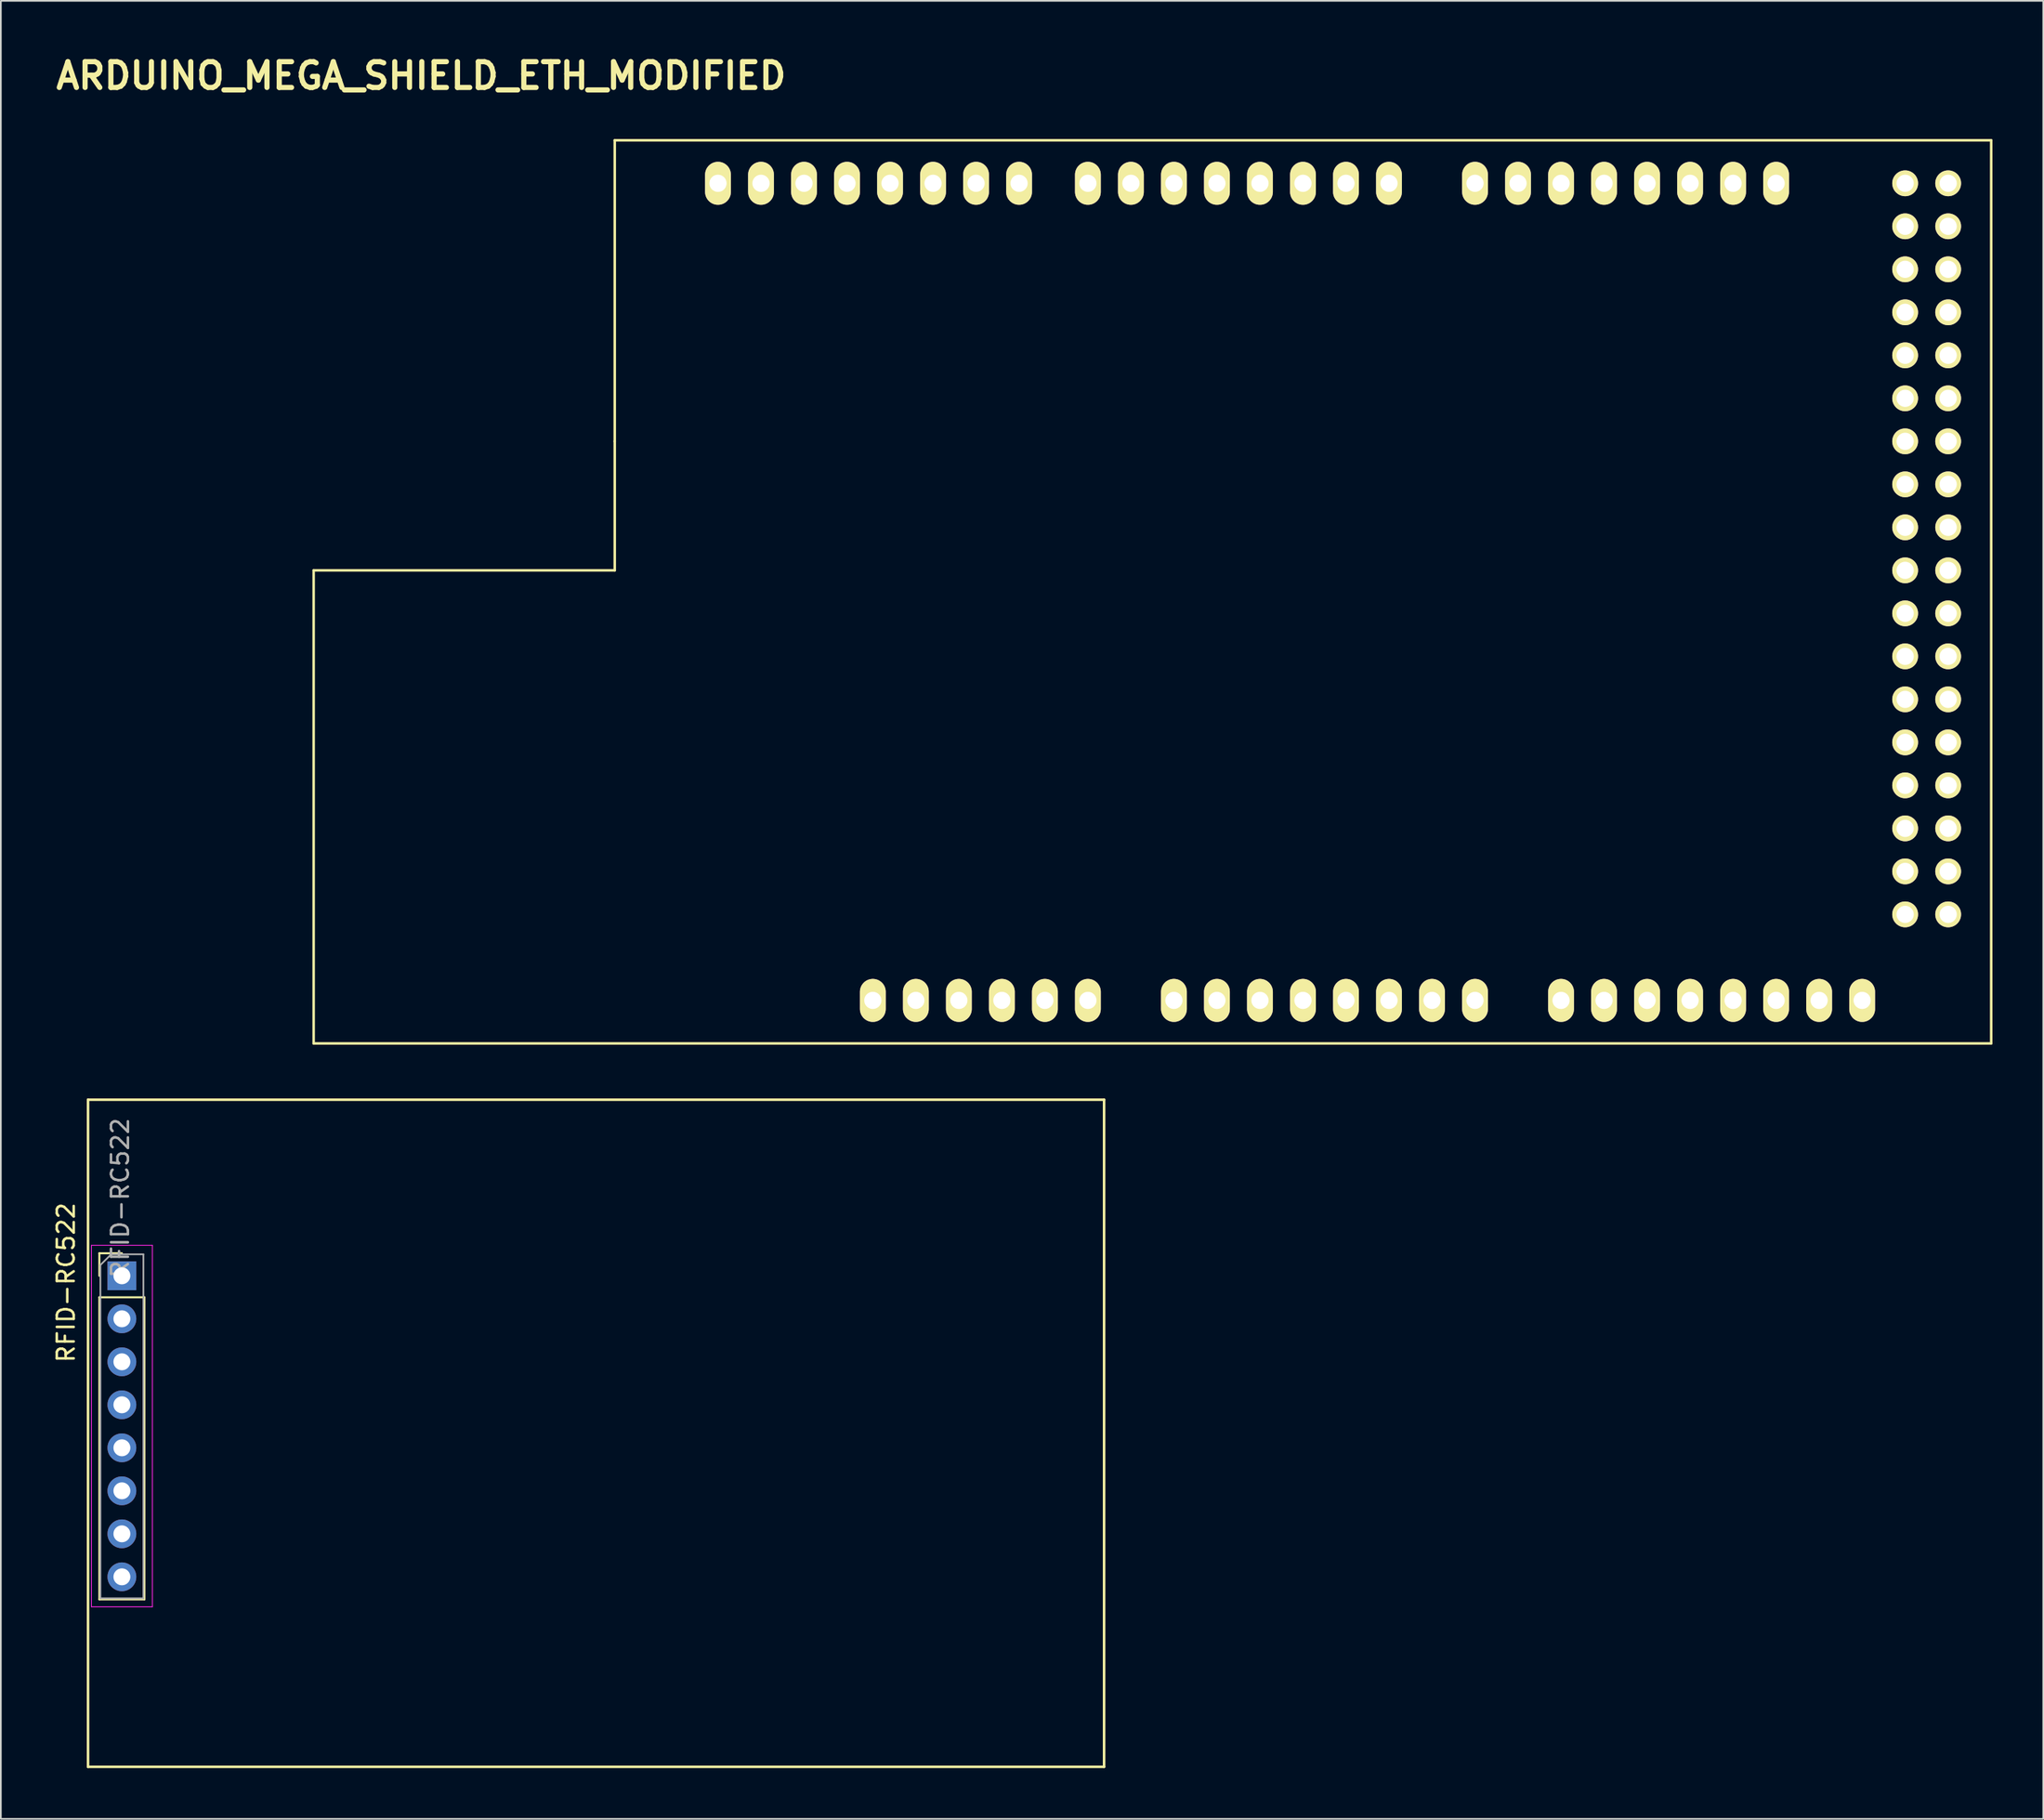
<source format=kicad_pcb>
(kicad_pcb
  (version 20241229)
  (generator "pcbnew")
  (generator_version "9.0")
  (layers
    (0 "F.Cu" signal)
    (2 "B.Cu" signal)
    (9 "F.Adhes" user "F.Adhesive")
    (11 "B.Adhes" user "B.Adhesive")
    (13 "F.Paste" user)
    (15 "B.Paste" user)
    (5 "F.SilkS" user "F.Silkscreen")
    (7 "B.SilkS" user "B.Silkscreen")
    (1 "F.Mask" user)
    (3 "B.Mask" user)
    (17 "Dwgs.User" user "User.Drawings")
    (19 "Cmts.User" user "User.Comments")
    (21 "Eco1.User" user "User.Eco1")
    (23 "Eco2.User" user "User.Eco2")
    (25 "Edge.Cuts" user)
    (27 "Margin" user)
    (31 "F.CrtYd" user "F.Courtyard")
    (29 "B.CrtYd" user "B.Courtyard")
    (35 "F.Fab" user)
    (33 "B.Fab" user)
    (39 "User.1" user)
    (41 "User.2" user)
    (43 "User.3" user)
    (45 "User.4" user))
  (footprint "RFID-RC522"
    (layer "F.Cu")
    (at 4.148 72.301)
    (property "Reference" "RFID-RC522" (at -3.3 0.4 90) (layer "F.SilkS") (effects (font (size 1 1) (thickness 0.15))))
    (attr through_hole)
    (fp_line (start -2 -10.4) (end 58 -10.4) (stroke (width 0.15) (type solid)) (layer "F.SilkS"))
    (fp_line (start -2 29) (end -2 -10.4) (stroke (width 0.15) (type solid)) (layer "F.SilkS"))
    (fp_line (start -1.33 -1.33) (end 0 -1.33) (stroke (width 0.12) (type solid)) (layer "F.SilkS"))
    (fp_line (start -1.33 0) (end -1.33 -1.33) (stroke (width 0.12) (type solid)) (layer "F.SilkS"))
    (fp_line (start -1.33 1.27) (end -1.33 19.11) (stroke (width 0.12) (type solid)) (layer "F.SilkS"))
    (fp_line (start -1.33 1.27) (end 1.33 1.27) (stroke (width 0.12) (type solid)) (layer "F.SilkS"))
    (fp_line (start -1.33 19.11) (end 1.33 19.11) (stroke (width 0.12) (type solid)) (layer "F.SilkS"))
    (fp_line (start 1.33 1.27) (end 1.33 19.11) (stroke (width 0.12) (type solid)) (layer "F.SilkS"))
    (fp_line (start 58 -10.4) (end 58 29) (stroke (width 0.15) (type solid)) (layer "F.SilkS"))
    (fp_line (start 58 29) (end -2 29) (stroke (width 0.15) (type solid)) (layer "F.SilkS"))
    (fp_line (start -1.8 -1.8) (end -1.8 19.55) (stroke (width 0.05) (type solid)) (layer "F.CrtYd"))
    (fp_line (start -1.8 19.55) (end 1.8 19.55) (stroke (width 0.05) (type solid)) (layer "F.CrtYd"))
    (fp_line (start 1.8 -1.8) (end -1.8 -1.8) (stroke (width 0.05) (type solid)) (layer "F.CrtYd"))
    (fp_line (start 1.8 19.55) (end 1.8 -1.8) (stroke (width 0.05) (type solid)) (layer "F.CrtYd"))
    (fp_line (start -1.27 -0.635) (end -0.635 -1.27) (stroke (width 0.1) (type solid)) (layer "F.Fab"))
    (fp_line (start -1.27 19.05) (end -1.27 -0.635) (stroke (width 0.1) (type solid)) (layer "F.Fab"))
    (fp_line (start -0.635 -1.27) (end 1.27 -1.27) (stroke (width 0.1) (type solid)) (layer "F.Fab"))
    (fp_line (start 1.27 -1.27) (end 1.27 19.05) (stroke (width 0.1) (type solid)) (layer "F.Fab"))
    (fp_line (start 1.27 19.05) (end -1.27 19.05) (stroke (width 0.1) (type solid)) (layer "F.Fab"))
    (fp_text user "${REFERENCE}" (at -0.1 -4.6 90) (layer "F.Fab") (effects (font (size 1 1) (thickness 0.15))))
    (pad "1" thru_hole rect (at 0 0) (size 1.7 1.7) (drill 1) (layers "*.Cu" "*.Mask"))
    (pad "2" thru_hole oval (at 0 2.54) (size 1.7 1.7) (drill 1) (layers "*.Cu" "*.Mask"))
    (pad "3" thru_hole oval (at 0 5.08) (size 1.7 1.7) (drill 1) (layers "*.Cu" "*.Mask"))
    (pad "4" thru_hole oval (at 0 7.62) (size 1.7 1.7) (drill 1) (layers "*.Cu" "*.Mask"))
    (pad "5" thru_hole oval (at 0 10.16) (size 1.7 1.7) (drill 1) (layers "*.Cu" "*.Mask"))
    (pad "6" thru_hole oval (at 0 12.7) (size 1.7 1.7) (drill 1) (layers "*.Cu" "*.Mask"))
    (pad "7" thru_hole oval (at 0 15.24) (size 1.7 1.7) (drill 1) (layers "*.Cu" "*.Mask"))
    (pad "8" thru_hole oval (at 0 17.78) (size 1.7 1.7) (drill 1) (layers "*.Cu" "*.Mask")))
  (footprint "ARDUINO_MEGA_SHIELD_ETH_MODIFIED"
    (layer "F.Cu")
    (at 15.472 58.576)
    (property "Reference" "ARDUINO_MEGA_SHIELD_ETH_MODIFIED" (at 6.35 -57.15 0) (layer "F.SilkS") (effects (font (size 1.524 1.524) (thickness 0.305))))
    (attr through_hole)
    (fp_line (start 0 -27.94) (end 0 0) (stroke (width 0.15) (type solid)) (layer "F.SilkS"))
    (fp_line (start 0 -27.94) (end 17.78 -27.94) (stroke (width 0.15) (type solid)) (layer "F.SilkS"))
    (fp_line (start 0 0) (end 99.06 0) (stroke (width 0.15) (type solid)) (layer "F.SilkS"))
    (fp_line (start 17.78 -53.34) (end 17.78 -35.56) (stroke (width 0.15) (type solid)) (layer "F.SilkS"))
    (fp_line (start 17.78 -27.94) (end 17.78 -35.56) (stroke (width 0.15) (type solid)) (layer "F.SilkS"))
    (fp_line (start 99.06 -53.34) (end 17.78 -53.34) (stroke (width 0.15) (type solid)) (layer "F.SilkS"))
    (fp_line (start 99.06 0) (end 99.06 -53.34) (stroke (width 0.15) (type solid)) (layer "F.SilkS"))
    (pad "0" thru_hole oval (at 63.5 -50.8 90) (size 2.54 1.524) (drill 1.016) (layers "*.Cu" "*.Mask" "F.SilkS"))
    (pad "1" thru_hole oval (at 60.96 -50.8 90) (size 2.54 1.524) (drill 1.016) (layers "*.Cu" "*.Mask" "F.SilkS"))
    (pad "2" thru_hole oval (at 58.42 -50.8 90) (size 2.54 1.524) (drill 1.016) (layers "*.Cu" "*.Mask" "F.SilkS"))
    (pad "3" thru_hole oval (at 55.88 -50.8 90) (size 2.54 1.524) (drill 1.016) (layers "*.Cu" "*.Mask" "F.SilkS"))
    (pad "3V3" thru_hole oval (at 35.56 -2.54 90) (size 2.54 1.524) (drill 1.016) (layers "*.Cu" "*.Mask" "F.SilkS"))
    (pad "4" thru_hole oval (at 53.34 -50.8 90) (size 2.54 1.524) (drill 1.016) (layers "*.Cu" "*.Mask" "F.SilkS"))
    (pad "5" thru_hole oval (at 50.8 -50.8 90) (size 2.54 1.524) (drill 1.016) (layers "*.Cu" "*.Mask" "F.SilkS"))
    (pad "5V" thru_hole oval (at 38.1 -2.54 90) (size 2.54 1.524) (drill 1.016) (layers "*.Cu" "*.Mask" "F.SilkS"))
    (pad "5V_4" thru_hole circle (at 93.98 -50.8) (size 1.524 1.524) (drill 1.016) (layers "*.Cu" "*.Mask" "F.SilkS"))
    (pad "5V_5" thru_hole circle (at 96.52 -50.8) (size 1.524 1.524) (drill 1.016) (layers "*.Cu" "*.Mask" "F.SilkS"))
    (pad "6" thru_hole oval (at 48.26 -50.8 90) (size 2.54 1.524) (drill 1.016) (layers "*.Cu" "*.Mask" "F.SilkS"))
    (pad "7" thru_hole oval (at 45.72 -50.8 90) (size 2.54 1.524) (drill 1.016) (layers "*.Cu" "*.Mask" "F.SilkS"))
    (pad "8" thru_hole oval (at 41.656 -50.8 90) (size 2.54 1.524) (drill 1.016) (layers "*.Cu" "*.Mask" "F.SilkS"))
    (pad "9" thru_hole oval (at 39.116 -50.8 90) (size 2.54 1.524) (drill 1.016) (layers "*.Cu" "*.Mask" "F.SilkS"))
    (pad "10" thru_hole oval (at 36.576 -50.8 90) (size 2.54 1.524) (drill 1.016) (layers "*.Cu" "*.Mask" "F.SilkS"))
    (pad "11" thru_hole oval (at 34.036 -50.8 90) (size 2.54 1.524) (drill 1.016) (layers "*.Cu" "*.Mask" "F.SilkS"))
    (pad "12" thru_hole oval (at 31.496 -50.8 90) (size 2.54 1.524) (drill 1.016) (layers "*.Cu" "*.Mask" "F.SilkS"))
    (pad "13" thru_hole oval (at 28.956 -50.8 90) (size 2.54 1.524) (drill 1.016) (layers "*.Cu" "*.Mask" "F.SilkS"))
    (pad "14" thru_hole oval (at 68.58 -50.8 90) (size 2.54 1.524) (drill 1.016) (layers "*.Cu" "*.Mask" "F.SilkS"))
    (pad "15" thru_hole oval (at 71.12 -50.8 90) (size 2.54 1.524) (drill 1.016) (layers "*.Cu" "*.Mask" "F.SilkS"))
    (pad "16" thru_hole oval (at 73.66 -50.8 90) (size 2.54 1.524) (drill 1.016) (layers "*.Cu" "*.Mask" "F.SilkS"))
    (pad "17" thru_hole oval (at 76.2 -50.8 90) (size 2.54 1.524) (drill 1.016) (layers "*.Cu" "*.Mask" "F.SilkS"))
    (pad "18" thru_hole oval (at 78.74 -50.8 90) (size 2.54 1.524) (drill 1.016) (layers "*.Cu" "*.Mask" "F.SilkS"))
    (pad "19" thru_hole oval (at 81.28 -50.8 90) (size 2.54 1.524) (drill 1.016) (layers "*.Cu" "*.Mask" "F.SilkS"))
    (pad "20" thru_hole oval (at 83.82 -50.8 90) (size 2.54 1.524) (drill 1.016) (layers "*.Cu" "*.Mask" "F.SilkS"))
    (pad "21" thru_hole oval (at 86.36 -50.8 90) (size 2.54 1.524) (drill 1.016) (layers "*.Cu" "*.Mask" "F.SilkS"))
    (pad "22" thru_hole circle (at 93.98 -48.26) (size 1.524 1.524) (drill 1.016) (layers "*.Cu" "*.Mask" "F.SilkS"))
    (pad "23" thru_hole circle (at 96.52 -48.26) (size 1.524 1.524) (drill 1.016) (layers "*.Cu" "*.Mask" "F.SilkS"))
    (pad "24" thru_hole circle (at 93.98 -45.72) (size 1.524 1.524) (drill 1.016) (layers "*.Cu" "*.Mask" "F.SilkS"))
    (pad "25" thru_hole circle (at 96.52 -45.72) (size 1.524 1.524) (drill 1.016) (layers "*.Cu" "*.Mask" "F.SilkS"))
    (pad "26" thru_hole circle (at 93.98 -43.18) (size 1.524 1.524) (drill 1.016) (layers "*.Cu" "*.Mask" "F.SilkS"))
    (pad "27" thru_hole circle (at 96.52 -43.18) (size 1.524 1.524) (drill 1.016) (layers "*.Cu" "*.Mask" "F.SilkS"))
    (pad "28" thru_hole circle (at 93.98 -40.64) (size 1.524 1.524) (drill 1.016) (layers "*.Cu" "*.Mask" "F.SilkS"))
    (pad "29" thru_hole circle (at 96.52 -40.64) (size 1.524 1.524) (drill 1.016) (layers "*.Cu" "*.Mask" "F.SilkS"))
    (pad "30" thru_hole circle (at 93.98 -38.1) (size 1.524 1.524) (drill 1.016) (layers "*.Cu" "*.Mask" "F.SilkS"))
    (pad "31" thru_hole circle (at 96.52 -38.1) (size 1.524 1.524) (drill 1.016) (layers "*.Cu" "*.Mask" "F.SilkS"))
    (pad "32" thru_hole circle (at 93.98 -35.56) (size 1.524 1.524) (drill 1.016) (layers "*.Cu" "*.Mask" "F.SilkS"))
    (pad "33" thru_hole circle (at 96.52 -35.56) (size 1.524 1.524) (drill 1.016) (layers "*.Cu" "*.Mask" "F.SilkS"))
    (pad "34" thru_hole circle (at 93.98 -33.02) (size 1.524 1.524) (drill 1.016) (layers "*.Cu" "*.Mask" "F.SilkS"))
    (pad "35" thru_hole circle (at 96.52 -33.02) (size 1.524 1.524) (drill 1.016) (layers "*.Cu" "*.Mask" "F.SilkS"))
    (pad "36" thru_hole circle (at 93.98 -30.48) (size 1.524 1.524) (drill 1.016) (layers "*.Cu" "*.Mask" "F.SilkS"))
    (pad "37" thru_hole circle (at 96.52 -30.48) (size 1.524 1.524) (drill 1.016) (layers "*.Cu" "*.Mask" "F.SilkS"))
    (pad "38" thru_hole circle (at 93.98 -27.94) (size 1.524 1.524) (drill 1.016) (layers "*.Cu" "*.Mask" "F.SilkS"))
    (pad "39" thru_hole circle (at 96.52 -27.94) (size 1.524 1.524) (drill 1.016) (layers "*.Cu" "*.Mask" "F.SilkS"))
    (pad "40" thru_hole circle (at 93.98 -25.4) (size 1.524 1.524) (drill 1.016) (layers "*.Cu" "*.Mask" "F.SilkS"))
    (pad "41" thru_hole circle (at 96.52 -25.4) (size 1.524 1.524) (drill 1.016) (layers "*.Cu" "*.Mask" "F.SilkS"))
    (pad "42" thru_hole circle (at 93.98 -22.86) (size 1.524 1.524) (drill 1.016) (layers "*.Cu" "*.Mask" "F.SilkS"))
    (pad "43" thru_hole circle (at 96.52 -22.86) (size 1.524 1.524) (drill 1.016) (layers "*.Cu" "*.Mask" "F.SilkS"))
    (pad "44" thru_hole circle (at 93.98 -20.32) (size 1.524 1.524) (drill 1.016) (layers "*.Cu" "*.Mask" "F.SilkS"))
    (pad "45" thru_hole circle (at 96.52 -20.32) (size 1.524 1.524) (drill 1.016) (layers "*.Cu" "*.Mask" "F.SilkS"))
    (pad "46" thru_hole circle (at 93.98 -17.78) (size 1.524 1.524) (drill 1.016) (layers "*.Cu" "*.Mask" "F.SilkS"))
    (pad "47" thru_hole circle (at 96.52 -17.78) (size 1.524 1.524) (drill 1.016) (layers "*.Cu" "*.Mask" "F.SilkS"))
    (pad "48" thru_hole circle (at 93.98 -15.24) (size 1.524 1.524) (drill 1.016) (layers "*.Cu" "*.Mask" "F.SilkS"))
    (pad "49" thru_hole circle (at 96.52 -15.24) (size 1.524 1.524) (drill 1.016) (layers "*.Cu" "*.Mask" "F.SilkS"))
    (pad "50" thru_hole circle (at 93.98 -12.7) (size 1.524 1.524) (drill 1.016) (layers "*.Cu" "*.Mask" "F.SilkS"))
    (pad "51" thru_hole circle (at 96.52 -12.7) (size 1.524 1.524) (drill 1.016) (layers "*.Cu" "*.Mask" "F.SilkS"))
    (pad "52" thru_hole circle (at 93.98 -10.16) (size 1.524 1.524) (drill 1.016) (layers "*.Cu" "*.Mask" "F.SilkS"))
    (pad "53" thru_hole circle (at 96.52 -10.16) (size 1.524 1.524) (drill 1.016) (layers "*.Cu" "*.Mask" "F.SilkS"))
    (pad "AD0" thru_hole oval (at 50.8 -2.54 90) (size 2.54 1.524) (drill 1.016) (layers "*.Cu" "*.Mask" "F.SilkS"))
    (pad "AD1" thru_hole oval (at 53.34 -2.54 90) (size 2.54 1.524) (drill 1.016) (layers "*.Cu" "*.Mask" "F.SilkS"))
    (pad "AD2" thru_hole oval (at 55.88 -2.54 90) (size 2.54 1.524) (drill 1.016) (layers "*.Cu" "*.Mask" "F.SilkS"))
    (pad "AD3" thru_hole oval (at 58.42 -2.54 90) (size 2.54 1.524) (drill 1.016) (layers "*.Cu" "*.Mask" "F.SilkS"))
    (pad "AD4" thru_hole oval (at 60.96 -2.54 90) (size 2.54 1.524) (drill 1.016) (layers "*.Cu" "*.Mask" "F.SilkS"))
    (pad "AD5" thru_hole oval (at 63.5 -2.54 90) (size 2.54 1.524) (drill 1.016) (layers "*.Cu" "*.Mask" "F.SilkS"))
    (pad "AD6" thru_hole oval (at 66.04 -2.54 90) (size 2.54 1.524) (drill 1.016) (layers "*.Cu" "*.Mask" "F.SilkS"))
    (pad "AD7" thru_hole oval (at 68.58 -2.54 90) (size 2.54 1.524) (drill 1.016) (layers "*.Cu" "*.Mask" "F.SilkS"))
    (pad "AD8" thru_hole oval (at 73.66 -2.54 90) (size 2.54 1.524) (drill 1.016) (layers "*.Cu" "*.Mask" "F.SilkS"))
    (pad "AD9" thru_hole oval (at 76.2 -2.54 90) (size 2.54 1.524) (drill 1.016) (layers "*.Cu" "*.Mask" "F.SilkS"))
    (pad "AD10" thru_hole oval (at 78.74 -2.54 90) (size 2.54 1.524) (drill 1.016) (layers "*.Cu" "*.Mask" "F.SilkS"))
    (pad "AD11" thru_hole oval (at 81.28 -2.54 90) (size 2.54 1.524) (drill 1.016) (layers "*.Cu" "*.Mask" "F.SilkS"))
    (pad "AD12" thru_hole oval (at 83.82 -2.54 90) (size 2.54 1.524) (drill 1.016) (layers "*.Cu" "*.Mask" "F.SilkS"))
    (pad "AD13" thru_hole oval (at 86.36 -2.54 90) (size 2.54 1.524) (drill 1.016) (layers "*.Cu" "*.Mask" "F.SilkS"))
    (pad "AD14" thru_hole oval (at 88.9 -2.54 90) (size 2.54 1.524) (drill 1.016) (layers "*.Cu" "*.Mask" "F.SilkS"))
    (pad "AD15" thru_hole oval (at 91.44 -2.54 90) (size 2.54 1.524) (drill 1.016) (layers "*.Cu" "*.Mask" "F.SilkS"))
    (pad "AREF" thru_hole oval (at 23.876 -50.8 90) (size 2.54 1.524) (drill 1.016) (layers "*.Cu" "*.Mask" "F.SilkS"))
    (pad "GND1" thru_hole oval (at 40.64 -2.54 90) (size 2.54 1.524) (drill 1.016) (layers "*.Cu" "*.Mask" "F.SilkS"))
    (pad "GND2" thru_hole oval (at 43.18 -2.54 90) (size 2.54 1.524) (drill 1.016) (layers "*.Cu" "*.Mask" "F.SilkS"))
    (pad "GND3" thru_hole oval (at 26.416 -50.8 90) (size 2.54 1.524) (drill 1.016) (layers "*.Cu" "*.Mask" "F.SilkS"))
    (pad "GND4" thru_hole circle (at 93.98 -7.62) (size 1.524 1.524) (drill 1.016) (layers "*.Cu" "*.Mask" "F.SilkS"))
    (pad "GND5" thru_hole circle (at 96.52 -7.62) (size 1.524 1.524) (drill 1.016) (layers "*.Cu" "*.Mask" "F.SilkS"))
    (pad "RST" thru_hole oval (at 33.02 -2.54 90) (size 2.54 1.524) (drill 1.016) (layers "*.Cu" "*.Mask" "F.SilkS"))
    (pad "V_IN" thru_hole oval (at 45.72 -2.54 90) (size 2.54 1.524) (drill 1.016) (layers "*.Cu" "*.Mask" "F.SilkS")))
  (gr_rect
    (start -3 -3)
    (end 117.607 104.376)
    (stroke (width 0.1) (type default))
    (fill no)
    (layer "Edge.Cuts")))
</source>
